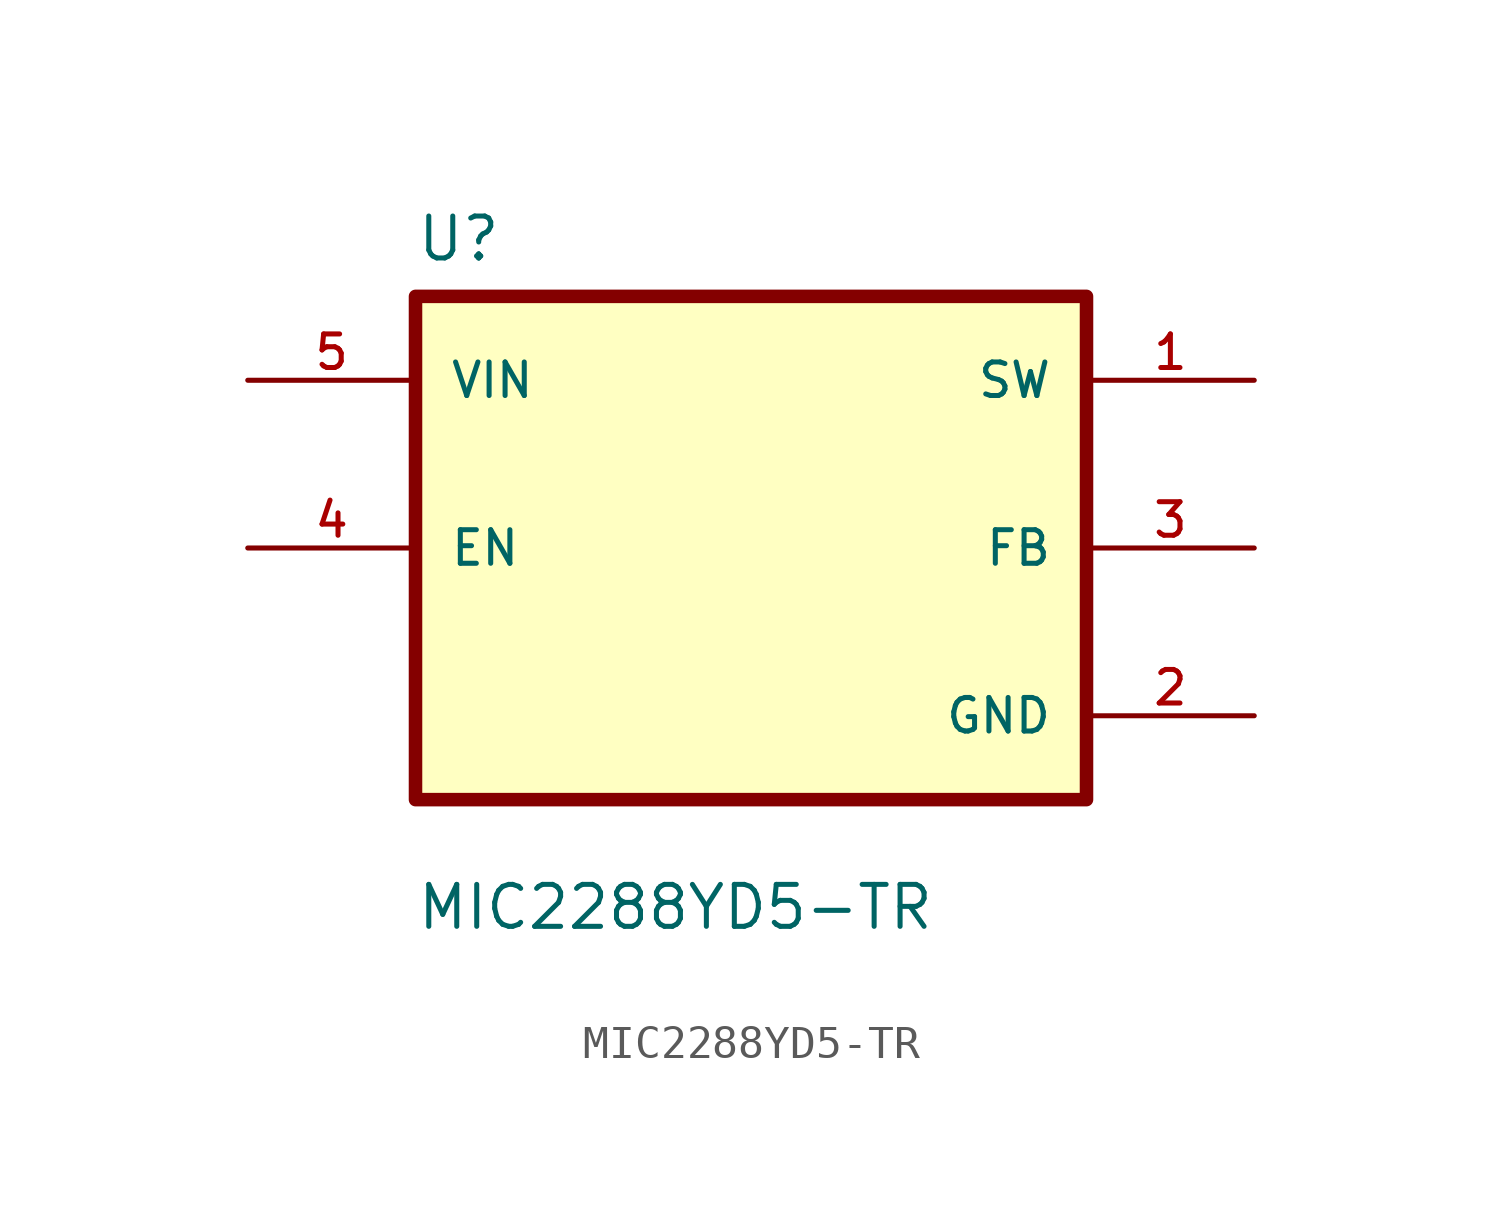
<source format=kicad_sym>
(kicad_symbol_lib
  (version 20211014)
  (generator kicad_symbol_editor)
  (symbol "MIC2288YD5-TR"
    (pin_names
      (offset 1.016))
    (property "Reference" "U"
      (at -10.16 8.62 0.0)
      (effects (font (size 1.27 1.27)) (justify bottom left)))
    (property "Value" "MIC2288YD5-TR"
      (at -10.16 -11.62 0.0)
      (effects (font (size 1.27 1.27)) (justify bottom left)))
    (symbol "MIC2288YD5-TR_0_0"
      (rectangle (start -10.16 -7.62) (end 10.16 7.62) (stroke (width 0.41)) (fill (type background)))
      (pin input line (at -15.24 5.08 0) (length 5.08) (name "VIN" (effects (font (size 1.016 1.016)))) (number "5" (effects (font (size 1.016 1.016)))))
      (pin input line (at -15.24 0.0 0) (length 5.08) (name "EN" (effects (font (size 1.016 1.016)))) (number "4" (effects (font (size 1.016 1.016)))))
      (pin input line (at 15.24 0.0 180.0) (length 5.08) (name "FB" (effects (font (size 1.016 1.016)))) (number "3" (effects (font (size 1.016 1.016)))))
      (pin input line (at 15.24 5.08 180.0) (length 5.08) (name "SW" (effects (font (size 1.016 1.016)))) (number "1" (effects (font (size 1.016 1.016)))))
      (pin power_in line (at 15.24 -5.08 180.0) (length 5.08) (name "GND" (effects (font (size 1.016 1.016)))) (number "2" (effects (font (size 1.016 1.016))))))))
</source>
